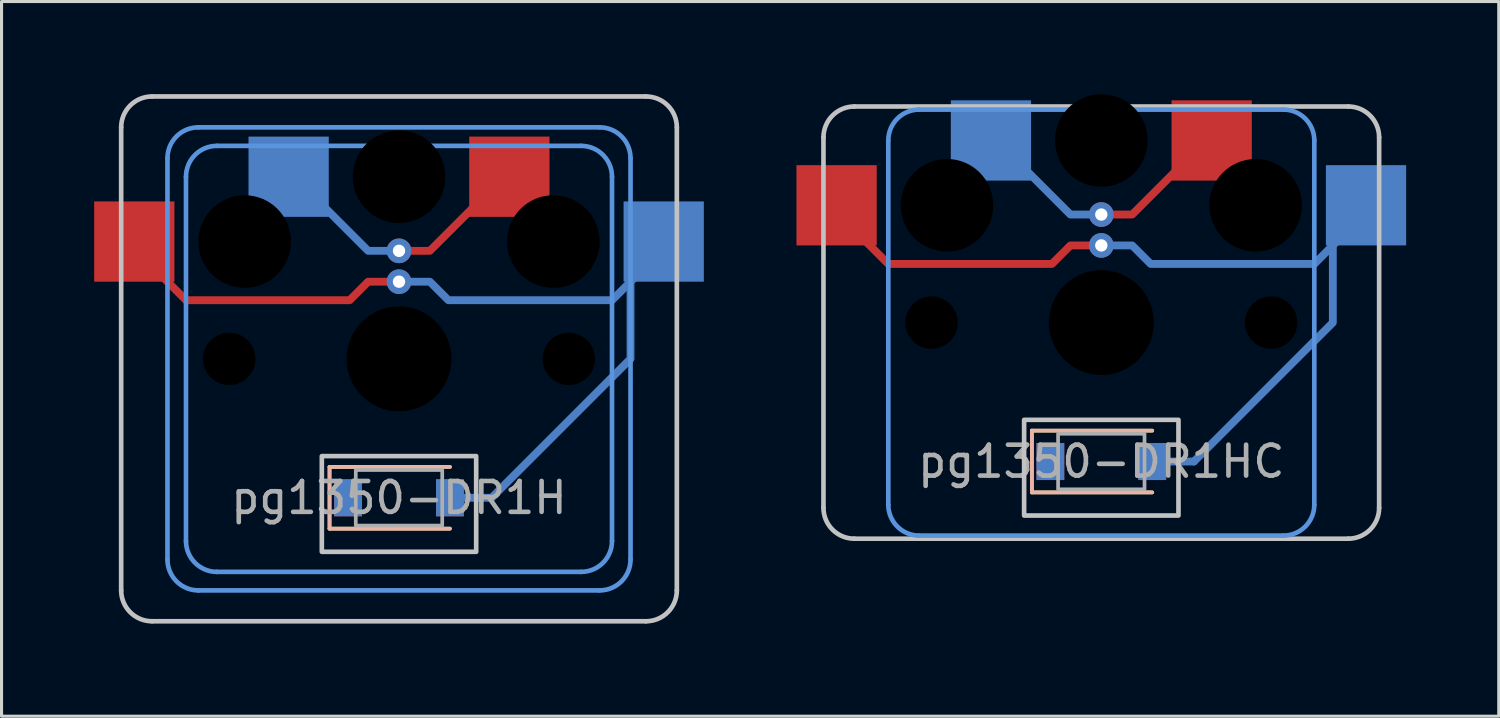
<source format=kicad_pcb>
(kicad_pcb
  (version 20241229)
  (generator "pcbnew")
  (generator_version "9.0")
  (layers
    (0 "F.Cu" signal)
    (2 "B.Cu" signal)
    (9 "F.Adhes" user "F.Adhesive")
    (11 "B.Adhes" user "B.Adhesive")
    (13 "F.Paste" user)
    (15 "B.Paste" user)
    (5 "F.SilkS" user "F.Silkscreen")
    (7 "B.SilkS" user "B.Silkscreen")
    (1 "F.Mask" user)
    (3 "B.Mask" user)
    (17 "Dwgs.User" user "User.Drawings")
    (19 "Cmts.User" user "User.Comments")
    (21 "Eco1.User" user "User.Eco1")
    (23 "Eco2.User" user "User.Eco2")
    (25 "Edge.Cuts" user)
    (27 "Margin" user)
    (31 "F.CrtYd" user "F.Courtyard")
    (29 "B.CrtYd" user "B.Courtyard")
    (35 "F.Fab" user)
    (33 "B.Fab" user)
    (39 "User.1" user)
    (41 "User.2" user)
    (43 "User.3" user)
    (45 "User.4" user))
  (footprint "pg1350-DR1HC"
    (layer "F.Cu")
    (at 32.625 11.9)
    (property "Reference" "pg1350-DR1HC" (at 0 0 0) (layer "F.Fab") (effects (font (size 1 1) (thickness 0.15))))
    (attr smd)
    (fp_line (start -2.25 -1) (end -2.25 1) (stroke (width 0.12) (type solid)) (layer "F.SilkS"))
    (fp_line (start -2.25 1) (end 1.65 1) (stroke (width 0.12) (type solid)) (layer "F.SilkS"))
    (fp_line (start 1.65 -1) (end -2.25 -1) (stroke (width 0.12) (type solid)) (layer "F.SilkS"))
    (fp_line (start -2.25 -1) (end -2.25 1) (stroke (width 0.12) (type solid)) (layer "B.SilkS"))
    (fp_line (start -2.25 1) (end 1.65 1) (stroke (width 0.12) (type solid)) (layer "B.SilkS"))
    (fp_line (start 1.65 -1) (end -2.25 -1) (stroke (width 0.12) (type solid)) (layer "B.SilkS"))
    (fp_line (start -9 1.5) (end -9 -10.5) (stroke (width 0.15) (type solid)) (layer "Dwgs.User"))
    (fp_line (start -8 -11.5) (end 8 -11.5) (stroke (width 0.15) (type solid)) (layer "Dwgs.User"))
    (fp_line (start 8 2.5) (end -8 2.5) (stroke (width 0.15) (type solid)) (layer "Dwgs.User"))
    (fp_line (start 9 -10.5) (end 9 1.5) (stroke (width 0.15) (type solid)) (layer "Dwgs.User"))
    (fp_rect (start 2.5 1.75) (end -2.5 -1.35) (stroke (width 0.15) (type solid)) (fill no) (layer "Dwgs.User"))
    (fp_arc (start -9 -10.5) (mid -8.707107 -11.207107) (end -8 -11.5) (stroke (width 0.15) (type solid)) (layer "Dwgs.User"))
    (fp_arc (start -8 2.5) (mid -8.707107 2.207107) (end -9 1.5) (stroke (width 0.15) (type solid)) (layer "Dwgs.User"))
    (fp_arc (start 8 -11.5) (mid 8.707107 -11.207107) (end 9 -10.5) (stroke (width 0.15) (type solid)) (layer "Dwgs.User"))
    (fp_arc (start 9 1.5) (mid 8.707107 2.207107) (end 8 2.5) (stroke (width 0.15) (type solid)) (layer "Dwgs.User"))
    (fp_line (start -6.9 1.4) (end -6.9 -10.4) (stroke (width 0.15) (type solid)) (layer "Cmts.User"))
    (fp_line (start -5.9 -11.4) (end 5.9 -11.4) (stroke (width 0.15) (type solid)) (layer "Cmts.User"))
    (fp_line (start 5.9 2.4) (end -5.9 2.4) (stroke (width 0.15) (type solid)) (layer "Cmts.User"))
    (fp_line (start 6.9 -10.4) (end 6.9 1.4) (stroke (width 0.15) (type solid)) (layer "Cmts.User"))
    (fp_arc (start -6.9 -10.4) (mid -6.607107 -11.107107) (end -5.9 -11.4) (stroke (width 0.15) (type solid)) (layer "Cmts.User"))
    (fp_arc (start -5.9 2.4) (mid -6.607107 2.107107) (end -6.9 1.4) (stroke (width 0.15) (type solid)) (layer "Cmts.User"))
    (fp_arc (start 5.9 -11.4) (mid 6.607107 -11.107107) (end 6.9 -10.4) (stroke (width 0.15) (type solid)) (layer "Cmts.User"))
    (fp_arc (start 6.9 1.4) (mid 6.607107 2.107107) (end 5.9 2.4) (stroke (width 0.15) (type solid)) (layer "Cmts.User"))
    (fp_rect (start 1.4 0.9) (end -1.4 -0.9) (stroke (width 0.12) (type solid)) (fill no) (layer "F.Fab"))
    (pad "" np_thru_hole circle (at -5.5 -4.5) (size 1.7 1.7) (drill 1.7) (layers "*.Mask"))
    (pad "" np_thru_hole circle (at -5 -8.3) (size 3 3) (drill 3) (layers "*.Mask"))
    (pad "" np_thru_hole circle (at 0 -10.4) (size 3 3) (drill 3) (layers "*.Mask"))
    (pad "" thru_hole circle (at 0 -8) (size 0.8 0.8) (drill 0.4) (layers "*.Cu"))
    (pad "" thru_hole circle (at 0 -7) (size 0.8 0.8) (drill 0.4) (layers "*.Cu"))
    (pad "" np_thru_hole circle (at 0 -4.5) (size 3.4 3.4) (drill 3.4) (layers "*.Mask"))
    (pad "" np_thru_hole circle (at 5 -8.3) (size 3 3) (drill 3) (layers "*.Mask"))
    (pad "" np_thru_hole circle (at 5.5 -4.5) (size 1.7 1.7) (drill 1.7) (layers "*.Mask"))
    (pad "1" smd rect (at -3.575 -10.4) (size 2.6 2.6) (layers "B.Cu" "B.Mask"))
    (pad "1" smd custom (at 0 -8) (size 0.254 0.254) (layers "F.Cu") (options (anchor circle)) (primitives (gr_line (start 0 0) (end 1 0) (width 0.254)) (gr_line (start 1 0) (end 2.5 -1.5) (width 0.254))))
    (pad "1" smd custom (at 0 -8) (size 0.254 0.254) (layers "B.Cu") (options (anchor circle)) (primitives (gr_line (start 0 0) (end -1 0) (width 0.254)) (gr_line (start -1 0) (end -2.5 -1.5) (width 0.254))))
    (pad "1" smd rect (at 3.575 -10.4) (size 2.6 2.6) (layers "F.Cu" "F.Mask"))
    (pad "2" smd rect (at -1.65 0) (size 0.9 1.2) (layers "*.Cu" "*.Mask"))
    (pad "3" smd rect (at -8.575 -8.3) (size 2.6 2.6) (layers "F.Cu" "F.Mask"))
    (pad "3" smd custom (at 0 -7) (size 0.254 0.254) (layers "F.Cu") (options (anchor circle)) (primitives (gr_line (start 0 0) (end -1 0) (width 0.254)) (gr_line (start -1 0) (end -1.6 0.6) (width 0.254)) (gr_line (start -1.6 0.6) (end -6.9 0.6) (width 0.254)) (gr_line (start -6.9 0.6) (end -8 -0.5) (width 0.254))))
    (pad "3" smd custom (at 0 -7) (size 0.254 0.254) (layers "B.Cu") (options (anchor circle)) (primitives (gr_line (start 0 0) (end 1 0) (width 0.254)) (gr_line (start 1 0) (end 1.6 0.6) (width 0.254)) (gr_line (start 1.6 0.6) (end 6.9 0.6) (width 0.254)) (gr_line (start 6.9 0.6) (end 8 -0.5) (width 0.254))))
    (pad "3" smd rect (at 1.65 0) (size 0.9 1.2) (layers "*.Cu" "*.Mask"))
    (pad "3" smd oval (at 2.325 0) (size 1.604 0.254) (layers "B.Cu"))
    (pad "3" smd custom (at 3 0) (size 0.254 0.254) (layers "B.Cu") (options (anchor circle)) (primitives (gr_line (start 0 0) (end 4.5 -4.5) (width 0.254)) (gr_line (start 4.5 -4.5) (end 4.5 -8.3) (width 0.254))))
    (pad "3" smd rect (at 8.575 -8.3) (size 2.6 2.6) (layers "B.Cu" "B.Mask")))
  (footprint "pg1350-DR1H"
    (layer "F.Cu")
    (at 9.875 13.075)
    (property "Reference" "pg1350-DR1H" (at 0 0 0) (layer "F.Fab") (effects (font (size 1 1) (thickness 0.15))))
    (attr smd)
    (fp_line (start -2.25 -1) (end -2.25 1) (stroke (width 0.12) (type solid)) (layer "F.SilkS"))
    (fp_line (start -2.25 1) (end 1.65 1) (stroke (width 0.12) (type solid)) (layer "F.SilkS"))
    (fp_line (start 1.65 -1) (end -2.25 -1) (stroke (width 0.12) (type solid)) (layer "F.SilkS"))
    (fp_line (start -2.25 -1) (end -2.25 1) (stroke (width 0.12) (type solid)) (layer "B.SilkS"))
    (fp_line (start -2.25 1) (end 1.65 1) (stroke (width 0.12) (type solid)) (layer "B.SilkS"))
    (fp_line (start 1.65 -1) (end -2.25 -1) (stroke (width 0.12) (type solid)) (layer "B.SilkS"))
    (fp_line (start -9 3) (end -9 -12) (stroke (width 0.15) (type solid)) (layer "Dwgs.User"))
    (fp_line (start -8 -13) (end 8 -13) (stroke (width 0.15) (type solid)) (layer "Dwgs.User"))
    (fp_line (start 8 4) (end -8 4) (stroke (width 0.15) (type solid)) (layer "Dwgs.User"))
    (fp_line (start 9 -12) (end 9 3) (stroke (width 0.15) (type solid)) (layer "Dwgs.User"))
    (fp_rect (start 2.5 1.75) (end -2.5 -1.35) (stroke (width 0.15) (type solid)) (fill no) (layer "Dwgs.User"))
    (fp_arc (start -9 -12) (mid -8.707107 -12.707107) (end -8 -13) (stroke (width 0.15) (type solid)) (layer "Dwgs.User"))
    (fp_arc (start -8 4) (mid -8.707107 3.707107) (end -9 3) (stroke (width 0.15) (type solid)) (layer "Dwgs.User"))
    (fp_arc (start 8 -13) (mid 8.707107 -12.707107) (end 9 -12) (stroke (width 0.15) (type solid)) (layer "Dwgs.User"))
    (fp_arc (start 9 3) (mid 8.707107 3.707107) (end 8 4) (stroke (width 0.15) (type solid)) (layer "Dwgs.User"))
    (fp_line (start -7.5 2) (end -7.5 -11) (stroke (width 0.15) (type solid)) (layer "Cmts.User"))
    (fp_line (start -6.9 1.4) (end -6.9 -10.4) (stroke (width 0.15) (type solid)) (layer "Cmts.User"))
    (fp_line (start -6.5 -12) (end 6.5 -12) (stroke (width 0.15) (type solid)) (layer "Cmts.User"))
    (fp_line (start -5.9 -11.4) (end 5.9 -11.4) (stroke (width 0.15) (type solid)) (layer "Cmts.User"))
    (fp_line (start 5.9 2.4) (end -5.9 2.4) (stroke (width 0.15) (type solid)) (layer "Cmts.User"))
    (fp_line (start 6.5 3) (end -6.5 3) (stroke (width 0.15) (type solid)) (layer "Cmts.User"))
    (fp_line (start 6.9 -10.4) (end 6.9 1.4) (stroke (width 0.15) (type solid)) (layer "Cmts.User"))
    (fp_line (start 7.5 -11) (end 7.5 2) (stroke (width 0.15) (type solid)) (layer "Cmts.User"))
    (fp_arc (start -7.5 -11) (mid -7.207107 -11.707107) (end -6.5 -12) (stroke (width 0.15) (type solid)) (layer "Cmts.User"))
    (fp_arc (start -6.9 -10.4) (mid -6.607107 -11.107107) (end -5.9 -11.4) (stroke (width 0.15) (type solid)) (layer "Cmts.User"))
    (fp_arc (start -6.5 3) (mid -7.207107 2.707107) (end -7.5 2) (stroke (width 0.15) (type solid)) (layer "Cmts.User"))
    (fp_arc (start -5.9 2.4) (mid -6.607107 2.107107) (end -6.9 1.4) (stroke (width 0.15) (type solid)) (layer "Cmts.User"))
    (fp_arc (start 5.9 -11.4) (mid 6.607107 -11.107107) (end 6.9 -10.4) (stroke (width 0.15) (type solid)) (layer "Cmts.User"))
    (fp_arc (start 6.5 -12) (mid 7.207107 -11.707107) (end 7.5 -11) (stroke (width 0.15) (type solid)) (layer "Cmts.User"))
    (fp_arc (start 6.9 1.4) (mid 6.607107 2.107107) (end 5.9 2.4) (stroke (width 0.15) (type solid)) (layer "Cmts.User"))
    (fp_arc (start 7.5 2) (mid 7.207107 2.707107) (end 6.5 3) (stroke (width 0.15) (type solid)) (layer "Cmts.User"))
    (fp_rect (start 1.4 0.9) (end -1.4 -0.9) (stroke (width 0.12) (type solid)) (fill no) (layer "F.Fab"))
    (pad "" np_thru_hole circle (at -5.5 -4.5) (size 1.7 1.7) (drill 1.7) (layers "*.Mask"))
    (pad "" np_thru_hole circle (at -5 -8.3) (size 3 3) (drill 3) (layers "*.Mask"))
    (pad "" np_thru_hole circle (at 0 -10.4) (size 3 3) (drill 3) (layers "*.Mask"))
    (pad "" thru_hole circle (at 0 -8) (size 0.8 0.8) (drill 0.4) (layers "*.Cu"))
    (pad "" thru_hole circle (at 0 -7) (size 0.8 0.8) (drill 0.4) (layers "*.Cu"))
    (pad "" np_thru_hole circle (at 0 -4.5) (size 3.4 3.4) (drill 3.4) (layers "*.Mask"))
    (pad "" np_thru_hole circle (at 5 -8.3) (size 3 3) (drill 3) (layers "*.Mask"))
    (pad "" np_thru_hole circle (at 5.5 -4.5) (size 1.7 1.7) (drill 1.7) (layers "*.Mask"))
    (pad "1" smd rect (at -3.575 -10.4) (size 2.6 2.6) (layers "B.Cu" "B.Mask"))
    (pad "1" smd custom (at 0 -8) (size 0.254 0.254) (layers "F.Cu") (options (anchor circle)) (primitives (gr_line (start 0 0) (end 1 0) (width 0.254)) (gr_line (start 1 0) (end 2.5 -1.5) (width 0.254))))
    (pad "1" smd custom (at 0 -8) (size 0.254 0.254) (layers "B.Cu") (options (anchor circle)) (primitives (gr_line (start 0 0) (end -1 0) (width 0.254)) (gr_line (start -1 0) (end -2.5 -1.5) (width 0.254))))
    (pad "1" smd rect (at 3.575 -10.4) (size 2.6 2.6) (layers "F.Cu" "F.Mask"))
    (pad "2" smd rect (at -1.65 0) (size 0.9 1.2) (layers "*.Cu" "*.Mask"))
    (pad "3" smd rect (at -8.575 -8.3) (size 2.6 2.6) (layers "F.Cu" "F.Mask"))
    (pad "3" smd custom (at 0 -7) (size 0.254 0.254) (layers "F.Cu") (options (anchor circle)) (primitives (gr_line (start 0 0) (end -1 0) (width 0.254)) (gr_line (start -1 0) (end -1.6 0.6) (width 0.254)) (gr_line (start -1.6 0.6) (end -6.9 0.6) (width 0.254)) (gr_line (start -6.9 0.6) (end -8 -0.5) (width 0.254))))
    (pad "3" smd custom (at 0 -7) (size 0.254 0.254) (layers "B.Cu") (options (anchor circle)) (primitives (gr_line (start 0 0) (end 1 0) (width 0.254)) (gr_line (start 1 0) (end 1.6 0.6) (width 0.254)) (gr_line (start 1.6 0.6) (end 6.9 0.6) (width 0.254)) (gr_line (start 6.9 0.6) (end 8 -0.5) (width 0.254))))
    (pad "3" smd rect (at 1.65 0) (size 0.9 1.2) (layers "*.Cu" "*.Mask"))
    (pad "3" smd oval (at 2.325 0) (size 1.604 0.254) (layers "B.Cu"))
    (pad "3" smd custom (at 3 0) (size 0.254 0.254) (layers "B.Cu") (options (anchor circle)) (primitives (gr_line (start 0 0) (end 4.5 -4.5) (width 0.254)) (gr_line (start 4.5 -4.5) (end 4.5 -8.3) (width 0.254))))
    (pad "3" smd rect (at 8.575 -8.3) (size 2.6 2.6) (layers "B.Cu" "B.Mask")))
  (gr_rect
    (start -3 -3)
    (end 45.5 20.15)
    (stroke (width 0.1) (type default))
    (fill no)
    (layer "Edge.Cuts")))
</source>
